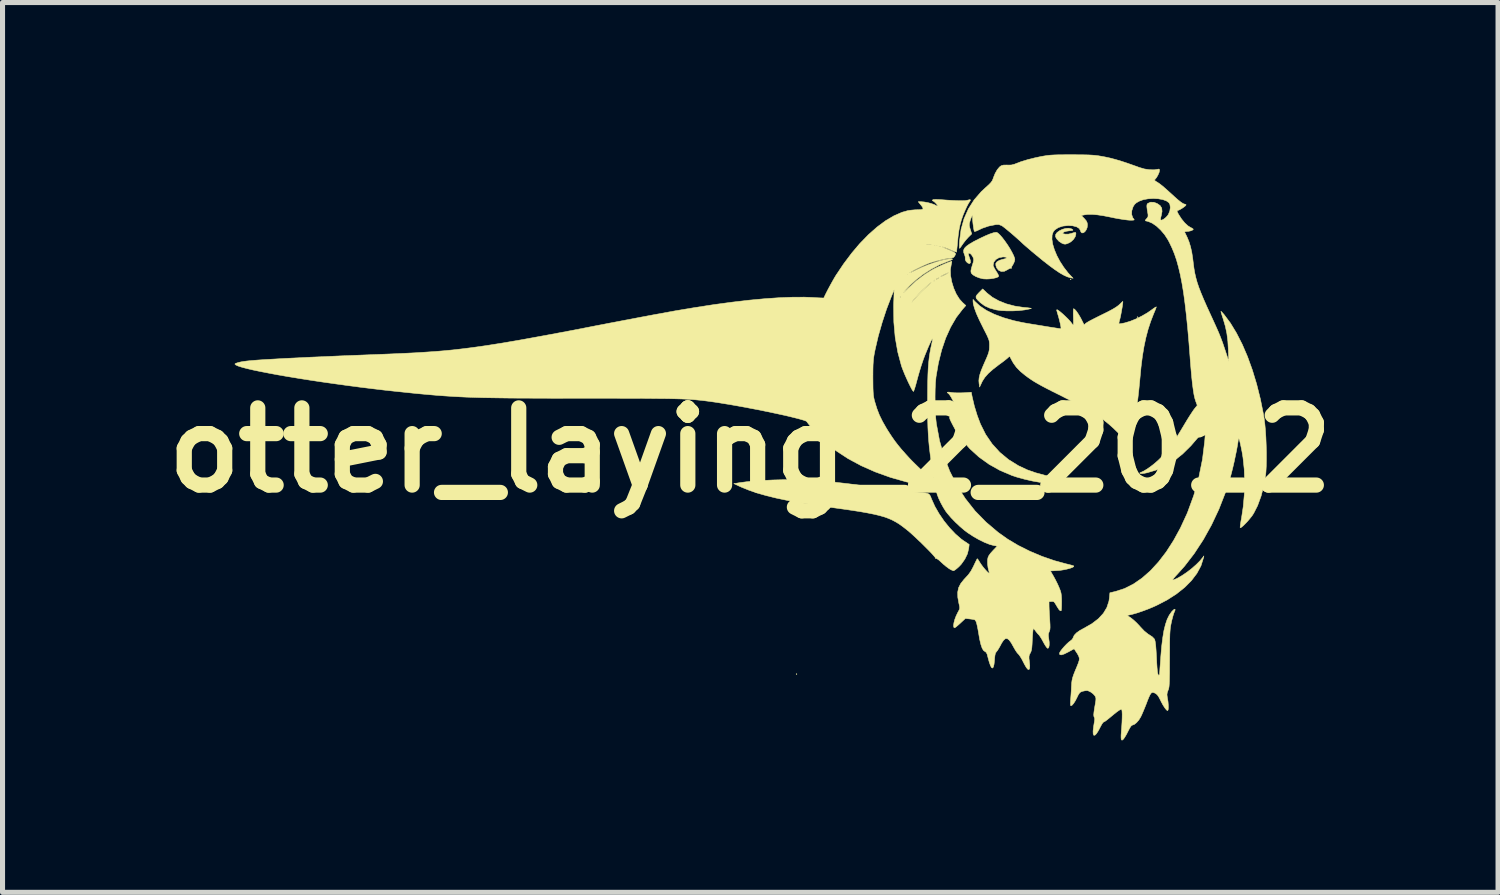
<source format=kicad_pcb>
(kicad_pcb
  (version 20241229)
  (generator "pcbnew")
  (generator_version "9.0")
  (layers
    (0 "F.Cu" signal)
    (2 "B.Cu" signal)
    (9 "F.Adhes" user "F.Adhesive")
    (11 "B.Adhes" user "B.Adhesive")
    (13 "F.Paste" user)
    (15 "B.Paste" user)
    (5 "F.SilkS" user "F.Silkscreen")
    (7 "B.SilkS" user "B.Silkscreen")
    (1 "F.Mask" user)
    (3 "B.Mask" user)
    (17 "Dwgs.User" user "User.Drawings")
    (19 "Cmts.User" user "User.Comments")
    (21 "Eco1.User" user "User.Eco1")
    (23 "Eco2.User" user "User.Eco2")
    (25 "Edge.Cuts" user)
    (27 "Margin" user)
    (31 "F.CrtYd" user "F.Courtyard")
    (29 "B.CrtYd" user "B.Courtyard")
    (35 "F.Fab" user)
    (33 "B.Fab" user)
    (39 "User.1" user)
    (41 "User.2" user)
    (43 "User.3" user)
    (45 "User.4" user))
  (footprint "otter_laying_2_2012"
    (layer "F.Cu")
    (at 11.764 5.838)
    (property "Reference" "otter_laying_2_2012" (at 0 0 0) (layer "F.SilkS") (effects (font (size 1.524 1.524) (thickness 0.3))))
    (attr through_hole)
    (fp_poly (pts (xy 0.921 4.421) (xy 0.913 4.429) (xy 0.905 4.421) (xy 0.913 4.413) (xy 0.921 4.421)) (stroke (width 0.01) (type solid)) (fill yes) (layer "F.SilkS"))
    (fp_poly (pts (xy 6.334 -3.373) (xy 6.326 -3.365) (xy 6.318 -3.373) (xy 6.326 -3.381) (xy 6.334 -3.373)) (stroke (width 0.01) (type solid)) (fill yes) (layer "F.SilkS"))
    (fp_poly (pts (xy 7.652 -2.627) (xy 7.644 -2.619) (xy 7.636 -2.627) (xy 7.644 -2.635) (xy 7.652 -2.627)) (stroke (width 0.01) (type solid)) (fill yes) (layer "F.SilkS"))
    (fp_poly (pts (xy 4.674 -3.102) (xy 4.779 -3.019) (xy 4.909 -2.947) (xy 5.058 -2.888) (xy 5.221 -2.845) (xy 5.392 -2.819) (xy 5.418 -2.817) (xy 5.479 -2.811) (xy 5.524 -2.805) (xy 5.548 -2.8) (xy 5.55 -2.798) (xy 5.531 -2.792) (xy 5.489 -2.783) (xy 5.432 -2.772) (xy 5.41 -2.768) (xy 5.304 -2.756) (xy 5.185 -2.75) (xy 5.063 -2.75) (xy 4.951 -2.756) (xy 4.857 -2.769) (xy 4.845 -2.772) (xy 4.726 -2.805) (xy 4.629 -2.849) (xy 4.547 -2.909) (xy 4.541 -2.914) (xy 4.49 -2.963) (xy 4.461 -2.999) (xy 4.456 -3.03) (xy 4.472 -3.063) (xy 4.51 -3.105) (xy 4.515 -3.11) (xy 4.588 -3.184) (xy 4.674 -3.102)) (stroke (width 0.01) (type solid)) (fill yes) (layer "F.SilkS"))
    (fp_poly (pts (xy 6.337 -4.371) (xy 6.358 -4.36) (xy 6.371 -4.348) (xy 6.366 -4.34) (xy 6.337 -4.335) (xy 6.296 -4.331) (xy 6.241 -4.322) (xy 6.197 -4.309) (xy 6.181 -4.299) (xy 6.169 -4.283) (xy 6.178 -4.273) (xy 6.214 -4.266) (xy 6.216 -4.265) (xy 6.279 -4.265) (xy 6.34 -4.279) (xy 6.389 -4.295) (xy 6.416 -4.3) (xy 6.427 -4.292) (xy 6.429 -4.27) (xy 6.429 -4.268) (xy 6.416 -4.216) (xy 6.381 -4.161) (xy 6.331 -4.115) (xy 6.296 -4.094) (xy 6.248 -4.074) (xy 6.216 -4.067) (xy 6.186 -4.072) (xy 6.152 -4.086) (xy 6.095 -4.123) (xy 6.049 -4.173) (xy 6.026 -4.216) (xy 6.029 -4.257) (xy 6.056 -4.296) (xy 6.103 -4.331) (xy 6.16 -4.359) (xy 6.223 -4.377) (xy 6.284 -4.382) (xy 6.337 -4.371)) (stroke (width 0.01) (type solid)) (fill yes) (layer "F.SilkS"))
    (fp_poly (pts (xy 3.941 -1.144) (xy 3.973 -1.139) (xy 4.027 -1.133) (xy 4.1 -1.131) (xy 4.179 -1.132) (xy 4.21 -1.133) (xy 4.363 -1.143) (xy 4.381 -1.052) (xy 4.424 -0.869) (xy 4.481 -0.683) (xy 4.544 -0.516) (xy 4.647 -0.31) (xy 4.775 -0.123) (xy 4.926 0.043) (xy 5.1 0.187) (xy 5.294 0.307) (xy 5.464 0.387) (xy 5.632 0.446) (xy 5.823 0.498) (xy 6.031 0.543) (xy 6.248 0.578) (xy 6.411 0.597) (xy 6.471 0.604) (xy 6.502 0.61) (xy 6.507 0.618) (xy 6.501 0.623) (xy 6.476 0.629) (xy 6.424 0.634) (xy 6.352 0.638) (xy 6.264 0.641) (xy 6.168 0.643) (xy 6.067 0.644) (xy 5.968 0.644) (xy 5.877 0.643) (xy 5.798 0.641) (xy 5.737 0.637) (xy 5.716 0.635) (xy 5.569 0.609) (xy 5.412 0.573) (xy 5.26 0.531) (xy 5.164 0.499) (xy 4.931 0.4) (xy 4.713 0.278) (xy 4.514 0.135) (xy 4.336 -0.027) (xy 4.18 -0.205) (xy 4.051 -0.398) (xy 4.006 -0.482) (xy 3.968 -0.556) (xy 3.944 -0.607) (xy 3.934 -0.639) (xy 3.938 -0.655) (xy 3.956 -0.661) (xy 3.988 -0.662) (xy 4.006 -0.662) (xy 4.063 -0.663) (xy 4.115 -0.668) (xy 4.132 -0.672) (xy 4.176 -0.684) (xy 4.132 -0.721) (xy 4.101 -0.758) (xy 4.071 -0.812) (xy 4.058 -0.844) (xy 4.031 -0.912) (xy 4 -0.981) (xy 3.968 -1.042) (xy 3.938 -1.089) (xy 3.916 -1.115) (xy 3.912 -1.118) (xy 3.892 -1.133) (xy 3.889 -1.14) (xy 3.904 -1.146) (xy 3.941 -1.144)) (stroke (width 0.01) (type solid)) (fill yes) (layer "F.SilkS"))
    (fp_poly (pts (xy 1.019 0.585) (xy 1.191 0.59) (xy 1.343 0.6) (xy 1.357 0.601) (xy 1.521 0.617) (xy 1.705 0.637) (xy 1.902 0.659) (xy 2.101 0.684) (xy 2.292 0.71) (xy 2.379 0.722) (xy 2.524 0.742) (xy 2.677 0.763) (xy 2.831 0.782) (xy 2.978 0.799) (xy 3.114 0.814) (xy 3.23 0.826) (xy 3.31 0.833) (xy 3.398 0.84) (xy 3.46 0.846) (xy 3.502 0.855) (xy 3.529 0.87) (xy 3.548 0.893) (xy 3.564 0.927) (xy 3.58 0.968) (xy 3.644 1.11) (xy 3.728 1.256) (xy 3.827 1.401) (xy 3.937 1.536) (xy 4.051 1.656) (xy 4.165 1.755) (xy 4.208 1.786) (xy 4.322 1.862) (xy 4.312 1.943) (xy 4.287 2.047) (xy 4.236 2.152) (xy 4.167 2.25) (xy 4.121 2.299) (xy 4.076 2.339) (xy 4.038 2.368) (xy 4.014 2.381) (xy 4.012 2.381) (xy 3.987 2.373) (xy 3.947 2.353) (xy 3.92 2.336) (xy 3.872 2.301) (xy 3.814 2.253) (xy 3.766 2.209) (xy 3.722 2.169) (xy 3.686 2.144) (xy 3.665 2.137) (xy 3.664 2.137) (xy 3.654 2.138) (xy 3.656 2.132) (xy 3.649 2.116) (xy 3.621 2.083) (xy 3.577 2.034) (xy 3.52 1.975) (xy 3.454 1.909) (xy 3.383 1.838) (xy 3.308 1.767) (xy 3.236 1.699) (xy 3.168 1.637) (xy 3.108 1.586) (xy 3.077 1.561) (xy 3.007 1.507) (xy 2.94 1.459) (xy 2.873 1.418) (xy 2.804 1.381) (xy 2.729 1.348) (xy 2.646 1.318) (xy 2.551 1.291) (xy 2.442 1.265) (xy 2.317 1.24) (xy 2.171 1.214) (xy 2.003 1.188) (xy 1.809 1.16) (xy 1.586 1.129) (xy 1.572 1.127) (xy 1.265 1.083) (xy 0.989 1.039) (xy 0.74 0.994) (xy 0.516 0.947) (xy 0.316 0.898) (xy 0.137 0.847) (xy -0.023 0.792) (xy -0.167 0.734) (xy -0.214 0.713) (xy -0.325 0.661) (xy -0.203 0.641) (xy -0.072 0.624) (xy 0.085 0.609) (xy 0.26 0.598) (xy 0.447 0.589) (xy 0.641 0.584) (xy 0.833 0.583) (xy 1.019 0.585)) (stroke (width 0.01) (type solid)) (fill yes) (layer "F.SilkS"))
    (fp_poly (pts (xy 4.886 -4.289) (xy 4.926 -4.252) (xy 4.974 -4.198) (xy 5.025 -4.131) (xy 5.077 -4.057) (xy 5.126 -3.98) (xy 5.168 -3.905) (xy 5.201 -3.839) (xy 5.22 -3.786) (xy 5.223 -3.762) (xy 5.214 -3.722) (xy 5.192 -3.674) (xy 5.185 -3.663) (xy 5.163 -3.626) (xy 5.155 -3.6) (xy 5.157 -3.594) (xy 5.157 -3.589) (xy 5.15 -3.593) (xy 5.127 -3.59) (xy 5.092 -3.572) (xy 5.079 -3.563) (xy 5.015 -3.531) (xy 4.954 -3.528) (xy 4.902 -3.552) (xy 4.864 -3.6) (xy 4.849 -3.646) (xy 4.847 -3.685) (xy 4.866 -3.714) (xy 4.88 -3.726) (xy 4.922 -3.749) (xy 4.976 -3.766) (xy 4.993 -3.77) (xy 5.042 -3.782) (xy 5.06 -3.797) (xy 5.048 -3.809) (xy 5.007 -3.815) (xy 4.987 -3.815) (xy 4.91 -3.8) (xy 4.849 -3.765) (xy 4.809 -3.714) (xy 4.794 -3.652) (xy 4.803 -3.624) (xy 4.825 -3.58) (xy 4.85 -3.54) (xy 4.879 -3.494) (xy 4.899 -3.456) (xy 4.905 -3.437) (xy 4.891 -3.42) (xy 4.852 -3.404) (xy 4.796 -3.391) (xy 4.732 -3.382) (xy 4.665 -3.379) (xy 4.605 -3.382) (xy 4.592 -3.384) (xy 4.519 -3.402) (xy 4.451 -3.429) (xy 4.397 -3.461) (xy 4.365 -3.493) (xy 4.365 -3.494) (xy 4.357 -3.518) (xy 4.357 -3.549) (xy 4.367 -3.595) (xy 4.382 -3.646) (xy 4.401 -3.706) (xy 4.409 -3.746) (xy 4.409 -3.774) (xy 4.401 -3.801) (xy 4.392 -3.819) (xy 4.365 -3.861) (xy 4.336 -3.886) (xy 4.311 -3.887) (xy 4.307 -3.884) (xy 4.307 -3.865) (xy 4.317 -3.828) (xy 4.324 -3.81) (xy 4.345 -3.746) (xy 4.348 -3.703) (xy 4.333 -3.684) (xy 4.326 -3.683) (xy 4.292 -3.696) (xy 4.261 -3.726) (xy 4.244 -3.763) (xy 4.244 -3.781) (xy 4.243 -3.817) (xy 4.23 -3.861) (xy 4.227 -3.866) (xy 4.212 -3.909) (xy 4.212 -3.949) (xy 4.23 -3.988) (xy 4.268 -4.027) (xy 4.329 -4.07) (xy 4.414 -4.12) (xy 4.52 -4.174) (xy 4.633 -4.228) (xy 4.728 -4.268) (xy 4.803 -4.293) (xy 4.855 -4.302) (xy 4.857 -4.302) (xy 4.886 -4.289)) (stroke (width 0.01) (type solid)) (fill yes) (layer "F.SilkS"))
    (fp_poly (pts (xy 4.434 -2.937) (xy 4.534 -2.845) (xy 4.663 -2.759) (xy 4.818 -2.683) (xy 4.999 -2.615) (xy 5.201 -2.557) (xy 5.358 -2.523) (xy 5.405 -2.514) (xy 5.473 -2.502) (xy 5.557 -2.488) (xy 5.65 -2.473) (xy 5.748 -2.457) (xy 5.845 -2.441) (xy 5.937 -2.426) (xy 6.017 -2.414) (xy 6.08 -2.404) (xy 6.121 -2.398) (xy 6.134 -2.397) (xy 6.135 -2.411) (xy 6.13 -2.449) (xy 6.119 -2.503) (xy 6.104 -2.566) (xy 6.087 -2.631) (xy 6.08 -2.654) (xy 6.064 -2.708) (xy 6.053 -2.749) (xy 6.048 -2.769) (xy 6.048 -2.769) (xy 6.059 -2.773) (xy 6.086 -2.757) (xy 6.126 -2.726) (xy 6.174 -2.685) (xy 6.225 -2.637) (xy 6.275 -2.588) (xy 6.319 -2.54) (xy 6.352 -2.498) (xy 6.356 -2.492) (xy 6.368 -2.476) (xy 6.376 -2.473) (xy 6.38 -2.487) (xy 6.381 -2.522) (xy 6.38 -2.582) (xy 6.379 -2.623) (xy 6.377 -2.693) (xy 6.378 -2.748) (xy 6.38 -2.784) (xy 6.383 -2.794) (xy 6.405 -2.781) (xy 6.437 -2.745) (xy 6.474 -2.692) (xy 6.512 -2.629) (xy 6.533 -2.59) (xy 6.591 -2.474) (xy 6.625 -2.505) (xy 6.65 -2.522) (xy 6.698 -2.55) (xy 6.765 -2.585) (xy 6.846 -2.626) (xy 6.934 -2.67) (xy 6.941 -2.673) (xy 7.06 -2.732) (xy 7.152 -2.781) (xy 7.22 -2.822) (xy 7.268 -2.857) (xy 7.286 -2.873) (xy 7.322 -2.908) (xy 7.347 -2.931) (xy 7.355 -2.937) (xy 7.356 -2.923) (xy 7.352 -2.884) (xy 7.344 -2.83) (xy 7.333 -2.766) (xy 7.321 -2.7) (xy 7.309 -2.639) (xy 7.298 -2.591) (xy 7.295 -2.58) (xy 7.283 -2.535) (xy 7.278 -2.503) (xy 7.279 -2.495) (xy 7.296 -2.495) (xy 7.336 -2.501) (xy 7.391 -2.512) (xy 7.398 -2.514) (xy 7.499 -2.544) (xy 7.613 -2.59) (xy 7.729 -2.647) (xy 7.838 -2.71) (xy 7.912 -2.761) (xy 7.96 -2.796) (xy 7.996 -2.82) (xy 8.015 -2.829) (xy 8.017 -2.829) (xy 8.011 -2.81) (xy 7.996 -2.769) (xy 7.973 -2.714) (xy 7.962 -2.688) (xy 7.904 -2.538) (xy 7.854 -2.385) (xy 7.811 -2.223) (xy 7.774 -2.048) (xy 7.742 -1.856) (xy 7.715 -1.641) (xy 7.692 -1.4) (xy 7.691 -1.389) (xy 7.672 -1.192) (xy 7.653 -1.022) (xy 7.631 -0.875) (xy 7.608 -0.747) (xy 7.588 -0.658) (xy 7.562 -0.565) (xy 7.531 -0.469) (xy 7.497 -0.378) (xy 7.464 -0.301) (xy 7.435 -0.245) (xy 7.435 -0.245) (xy 7.406 -0.198) (xy 7.239 -0.366) (xy 7.16 -0.442) (xy 7.079 -0.514) (xy 6.994 -0.582) (xy 6.901 -0.649) (xy 6.796 -0.717) (xy 6.677 -0.789) (xy 6.541 -0.865) (xy 6.383 -0.949) (xy 6.201 -1.042) (xy 6.096 -1.095) (xy 5.959 -1.163) (xy 5.846 -1.221) (xy 5.753 -1.27) (xy 5.676 -1.313) (xy 5.609 -1.352) (xy 5.55 -1.39) (xy 5.493 -1.429) (xy 5.434 -1.472) (xy 5.433 -1.473) (xy 5.333 -1.555) (xy 5.255 -1.635) (xy 5.193 -1.721) (xy 5.165 -1.771) (xy 5.12 -1.856) (xy 5.08 -1.819) (xy 5.05 -1.794) (xy 5.002 -1.756) (xy 4.944 -1.713) (xy 4.913 -1.691) (xy 4.794 -1.599) (xy 4.701 -1.517) (xy 4.632 -1.439) (xy 4.583 -1.363) (xy 4.572 -1.341) (xy 4.528 -1.246) (xy 4.517 -1.318) (xy 4.513 -1.371) (xy 4.518 -1.428) (xy 4.533 -1.494) (xy 4.56 -1.574) (xy 4.601 -1.673) (xy 4.631 -1.742) (xy 4.668 -1.825) (xy 4.693 -1.888) (xy 4.709 -1.936) (xy 4.718 -1.979) (xy 4.721 -2.022) (xy 4.722 -2.059) (xy 4.722 -2.102) (xy 4.719 -2.137) (xy 4.713 -2.171) (xy 4.699 -2.209) (xy 4.678 -2.258) (xy 4.646 -2.322) (xy 4.602 -2.408) (xy 4.594 -2.425) (xy 4.522 -2.57) (xy 4.465 -2.697) (xy 4.426 -2.803) (xy 4.403 -2.886) (xy 4.398 -2.935) (xy 4.398 -2.977) (xy 4.434 -2.937)) (stroke (width 0.01) (type solid)) (fill yes) (layer "F.SilkS"))
    (fp_poly (pts (xy 6.358 -5.833) (xy 6.49 -5.832) (xy 6.596 -5.831) (xy 6.681 -5.829) (xy 6.751 -5.825) (xy 6.812 -5.82) (xy 6.869 -5.813) (xy 6.927 -5.803) (xy 6.993 -5.791) (xy 6.995 -5.791) (xy 7.097 -5.769) (xy 7.201 -5.742) (xy 7.314 -5.709) (xy 7.442 -5.667) (xy 7.589 -5.615) (xy 7.683 -5.581) (xy 7.783 -5.552) (xy 7.884 -5.537) (xy 7.976 -5.535) (xy 8.037 -5.545) (xy 8.068 -5.55) (xy 8.079 -5.539) (xy 8.08 -5.524) (xy 8.072 -5.484) (xy 8.049 -5.432) (xy 8.021 -5.383) (xy 7.994 -5.35) (xy 7.982 -5.336) (xy 7.988 -5.322) (xy 8.016 -5.302) (xy 8.04 -5.288) (xy 8.079 -5.262) (xy 8.134 -5.219) (xy 8.197 -5.165) (xy 8.264 -5.105) (xy 8.275 -5.095) (xy 8.367 -5.011) (xy 8.439 -4.947) (xy 8.495 -4.902) (xy 8.536 -4.874) (xy 8.565 -4.86) (xy 8.578 -4.858) (xy 8.601 -4.85) (xy 8.604 -4.842) (xy 8.592 -4.825) (xy 8.56 -4.799) (xy 8.519 -4.771) (xy 8.477 -4.747) (xy 8.444 -4.733) (xy 8.434 -4.731) (xy 8.426 -4.721) (xy 8.438 -4.689) (xy 8.456 -4.655) (xy 8.515 -4.564) (xy 8.578 -4.487) (xy 8.641 -4.429) (xy 8.684 -4.402) (xy 8.722 -4.382) (xy 8.744 -4.366) (xy 8.747 -4.361) (xy 8.733 -4.346) (xy 8.699 -4.331) (xy 8.653 -4.321) (xy 8.618 -4.318) (xy 8.586 -4.315) (xy 8.576 -4.307) (xy 8.576 -4.306) (xy 8.625 -4.205) (xy 8.663 -4.112) (xy 8.692 -4.017) (xy 8.716 -3.912) (xy 8.735 -3.79) (xy 8.747 -3.691) (xy 8.76 -3.591) (xy 8.776 -3.497) (xy 8.797 -3.406) (xy 8.823 -3.312) (xy 8.857 -3.212) (xy 8.9 -3.101) (xy 8.953 -2.974) (xy 9.018 -2.827) (xy 9.084 -2.683) (xy 9.145 -2.55) (xy 9.195 -2.44) (xy 9.236 -2.348) (xy 9.27 -2.267) (xy 9.299 -2.192) (xy 9.327 -2.117) (xy 9.354 -2.037) (xy 9.385 -1.945) (xy 9.385 -1.945) (xy 9.447 -1.754) (xy 9.439 -1.976) (xy 9.429 -2.149) (xy 9.41 -2.301) (xy 9.38 -2.444) (xy 9.337 -2.59) (xy 9.335 -2.597) (xy 9.315 -2.658) (xy 9.3 -2.707) (xy 9.293 -2.736) (xy 9.292 -2.741) (xy 9.304 -2.733) (xy 9.329 -2.706) (xy 9.356 -2.675) (xy 9.481 -2.507) (xy 9.6 -2.311) (xy 9.713 -2.089) (xy 9.818 -1.845) (xy 9.913 -1.582) (xy 9.998 -1.302) (xy 10.071 -1.01) (xy 10.132 -0.707) (xy 10.146 -0.625) (xy 10.159 -0.52) (xy 10.171 -0.392) (xy 10.18 -0.25) (xy 10.186 -0.101) (xy 10.19 0.049) (xy 10.19 0.193) (xy 10.187 0.322) (xy 10.181 0.431) (xy 10.177 0.472) (xy 10.14 0.697) (xy 10.085 0.907) (xy 10.016 1.096) (xy 9.94 1.245) (xy 9.91 1.292) (xy 9.869 1.344) (xy 9.824 1.398) (xy 9.777 1.448) (xy 9.734 1.491) (xy 9.7 1.52) (xy 9.678 1.532) (xy 9.672 1.529) (xy 9.673 1.507) (xy 9.678 1.461) (xy 9.688 1.398) (xy 9.698 1.347) (xy 9.733 1.113) (xy 9.755 0.867) (xy 9.761 0.618) (xy 9.752 0.375) (xy 9.728 0.147) (xy 9.709 0.032) (xy 9.693 -0.047) (xy 9.678 -0.118) (xy 9.665 -0.174) (xy 9.656 -0.206) (xy 9.656 -0.206) (xy 9.647 -0.226) (xy 9.64 -0.223) (xy 9.634 -0.196) (xy 9.629 -0.159) (xy 9.617 -0.086) (xy 9.6 0.009) (xy 9.577 0.118) (xy 9.553 0.233) (xy 9.527 0.344) (xy 9.502 0.444) (xy 9.486 0.506) (xy 9.379 0.842) (xy 9.252 1.167) (xy 9.106 1.477) (xy 8.943 1.77) (xy 8.765 2.042) (xy 8.574 2.29) (xy 8.452 2.427) (xy 8.394 2.49) (xy 8.357 2.533) (xy 8.341 2.558) (xy 8.344 2.565) (xy 8.351 2.564) (xy 8.427 2.532) (xy 8.518 2.48) (xy 8.615 2.415) (xy 8.712 2.341) (xy 8.802 2.262) (xy 8.878 2.186) (xy 8.92 2.135) (xy 8.956 2.088) (xy 8.946 2.132) (xy 8.898 2.284) (xy 8.819 2.431) (xy 8.711 2.574) (xy 8.576 2.71) (xy 8.415 2.838) (xy 8.228 2.958) (xy 8.019 3.066) (xy 7.957 3.094) (xy 7.846 3.14) (xy 7.732 3.182) (xy 7.624 3.218) (xy 7.532 3.244) (xy 7.503 3.25) (xy 7.442 3.263) (xy 7.523 3.318) (xy 7.571 3.357) (xy 7.628 3.41) (xy 7.685 3.47) (xy 7.7 3.488) (xy 7.778 3.57) (xy 7.852 3.63) (xy 7.879 3.647) (xy 7.938 3.686) (xy 7.978 3.728) (xy 7.984 3.738) (xy 7.994 3.778) (xy 8.004 3.849) (xy 8.012 3.951) (xy 8.019 4.072) (xy 8.025 4.195) (xy 8.031 4.29) (xy 8.037 4.359) (xy 8.044 4.406) (xy 8.053 4.433) (xy 8.063 4.444) (xy 8.066 4.445) (xy 8.08 4.433) (xy 8.08 4.429) (xy 8.081 4.409) (xy 8.085 4.363) (xy 8.089 4.294) (xy 8.096 4.209) (xy 8.103 4.111) (xy 8.105 4.076) (xy 8.122 3.877) (xy 8.143 3.706) (xy 8.167 3.561) (xy 8.197 3.441) (xy 8.231 3.34) (xy 8.272 3.258) (xy 8.319 3.191) (xy 8.33 3.179) (xy 8.365 3.146) (xy 8.385 3.139) (xy 8.388 3.156) (xy 8.373 3.193) (xy 8.359 3.228) (xy 8.342 3.285) (xy 8.324 3.354) (xy 8.315 3.393) (xy 8.306 3.437) (xy 8.298 3.478) (xy 8.292 3.522) (xy 8.288 3.572) (xy 8.284 3.632) (xy 8.282 3.706) (xy 8.28 3.798) (xy 8.28 3.913) (xy 8.279 4.054) (xy 8.279 4.112) (xy 8.278 4.262) (xy 8.278 4.385) (xy 8.276 4.482) (xy 8.275 4.558) (xy 8.272 4.616) (xy 8.269 4.66) (xy 8.264 4.693) (xy 8.258 4.718) (xy 8.25 4.739) (xy 8.248 4.743) (xy 8.232 4.789) (xy 8.227 4.829) (xy 8.233 4.879) (xy 8.237 4.901) (xy 8.248 4.967) (xy 8.253 5.032) (xy 8.254 5.087) (xy 8.25 5.127) (xy 8.241 5.143) (xy 8.24 5.144) (xy 8.218 5.13) (xy 8.187 5.092) (xy 8.15 5.035) (xy 8.112 4.965) (xy 8.096 4.932) (xy 8.063 4.869) (xy 8.034 4.829) (xy 8.001 4.803) (xy 7.991 4.798) (xy 7.962 4.786) (xy 7.938 4.784) (xy 7.917 4.795) (xy 7.896 4.824) (xy 7.872 4.873) (xy 7.842 4.946) (xy 7.82 5.005) (xy 7.788 5.085) (xy 7.756 5.162) (xy 7.728 5.227) (xy 7.708 5.268) (xy 7.671 5.328) (xy 7.627 5.379) (xy 7.582 5.415) (xy 7.544 5.429) (xy 7.543 5.429) (xy 7.521 5.444) (xy 7.49 5.489) (xy 7.456 5.555) (xy 7.425 5.616) (xy 7.394 5.667) (xy 7.371 5.702) (xy 7.365 5.708) (xy 7.342 5.726) (xy 7.331 5.722) (xy 7.324 5.708) (xy 7.321 5.679) (xy 7.321 5.63) (xy 7.325 5.569) (xy 7.325 5.567) (xy 7.333 5.469) (xy 7.339 5.374) (xy 7.342 5.286) (xy 7.343 5.212) (xy 7.34 5.156) (xy 7.335 5.124) (xy 7.332 5.118) (xy 7.315 5.119) (xy 7.284 5.135) (xy 7.237 5.168) (xy 7.172 5.22) (xy 7.097 5.282) (xy 7.049 5.321) (xy 7.009 5.351) (xy 6.983 5.365) (xy 6.979 5.366) (xy 6.963 5.379) (xy 6.939 5.414) (xy 6.914 5.46) (xy 6.871 5.542) (xy 6.834 5.599) (xy 6.804 5.628) (xy 6.782 5.629) (xy 6.77 5.602) (xy 6.768 5.547) (xy 6.771 5.519) (xy 6.779 5.454) (xy 6.789 5.391) (xy 6.795 5.358) (xy 6.801 5.303) (xy 6.792 5.275) (xy 6.784 5.257) (xy 6.781 5.225) (xy 6.785 5.176) (xy 6.795 5.105) (xy 6.812 5.007) (xy 6.812 5.006) (xy 6.822 4.945) (xy 6.824 4.906) (xy 6.819 4.879) (xy 6.806 4.853) (xy 6.805 4.851) (xy 6.767 4.809) (xy 6.717 4.773) (xy 6.667 4.75) (xy 6.644 4.747) (xy 6.607 4.751) (xy 6.56 4.761) (xy 6.556 4.762) (xy 6.522 4.776) (xy 6.497 4.799) (xy 6.472 4.839) (xy 6.457 4.871) (xy 6.42 4.944) (xy 6.384 5.001) (xy 6.352 5.037) (xy 6.331 5.048) (xy 6.323 5.036) (xy 6.321 4.996) (xy 6.324 4.928) (xy 6.326 4.909) (xy 6.332 4.828) (xy 6.338 4.741) (xy 6.341 4.667) (xy 6.342 4.659) (xy 6.345 4.6) (xy 6.352 4.547) (xy 6.364 4.493) (xy 6.385 4.43) (xy 6.416 4.352) (xy 6.448 4.276) (xy 6.477 4.203) (xy 6.494 4.149) (xy 6.496 4.107) (xy 6.484 4.067) (xy 6.458 4.019) (xy 6.436 3.986) (xy 6.394 3.922) (xy 6.272 3.988) (xy 6.195 4.026) (xy 6.142 4.042) (xy 6.112 4.038) (xy 6.105 4.013) (xy 6.107 4.002) (xy 6.123 3.972) (xy 6.156 3.928) (xy 6.199 3.878) (xy 6.246 3.829) (xy 6.289 3.789) (xy 6.323 3.764) (xy 6.323 3.764) (xy 6.356 3.736) (xy 6.372 3.707) (xy 6.395 3.656) (xy 6.44 3.608) (xy 6.509 3.559) (xy 6.586 3.517) (xy 6.744 3.427) (xy 6.872 3.329) (xy 6.971 3.222) (xy 7.04 3.107) (xy 7.081 2.982) (xy 7.091 2.914) (xy 7.1 2.816) (xy 7.213 2.789) (xy 7.39 2.732) (xy 7.565 2.643) (xy 7.735 2.526) (xy 7.901 2.38) (xy 8.06 2.207) (xy 8.213 2.008) (xy 8.357 1.784) (xy 8.492 1.537) (xy 8.617 1.267) (xy 8.633 1.23) (xy 8.756 0.894) (xy 8.855 0.542) (xy 8.928 0.181) (xy 8.973 -0.183) (xy 8.98 -0.278) (xy 8.99 -0.437) (xy 8.862 -0.275) (xy 8.699 -0.086) (xy 8.537 0.074) (xy 8.372 0.206) (xy 8.202 0.31) (xy 8.025 0.389) (xy 7.839 0.445) (xy 7.772 0.459) (xy 7.727 0.464) (xy 7.697 0.461) (xy 7.688 0.453) (xy 7.703 0.441) (xy 7.719 0.436) (xy 7.768 0.413) (xy 7.833 0.374) (xy 7.906 0.323) (xy 7.98 0.265) (xy 8.049 0.205) (xy 8.066 0.189) (xy 8.13 0.125) (xy 8.189 0.061) (xy 8.244 -0.005) (xy 8.3 -0.079) (xy 8.359 -0.165) (xy 8.425 -0.266) (xy 8.5 -0.388) (xy 8.572 -0.508) (xy 8.623 -0.593) (xy 8.673 -0.673) (xy 8.718 -0.742) (xy 8.753 -0.794) (xy 8.772 -0.819) (xy 8.825 -0.885) (xy 8.796 -0.962) (xy 8.778 -1.019) (xy 8.761 -1.093) (xy 8.746 -1.187) (xy 8.73 -1.304) (xy 8.715 -1.446) (xy 8.7 -1.615) (xy 8.684 -1.813) (xy 8.684 -1.818) (xy 8.66 -2.131) (xy 8.635 -2.415) (xy 8.609 -2.671) (xy 8.582 -2.902) (xy 8.554 -3.11) (xy 8.523 -3.297) (xy 8.49 -3.465) (xy 8.454 -3.617) (xy 8.416 -3.754) (xy 8.373 -3.879) (xy 8.326 -3.993) (xy 8.275 -4.1) (xy 8.245 -4.156) (xy 8.18 -4.256) (xy 8.103 -4.346) (xy 8.021 -4.423) (xy 7.937 -4.481) (xy 7.858 -4.515) (xy 7.842 -4.519) (xy 7.806 -4.527) (xy 7.798 -4.539) (xy 7.816 -4.561) (xy 7.828 -4.574) (xy 7.851 -4.605) (xy 7.854 -4.642) (xy 7.851 -4.665) (xy 7.837 -4.747) (xy 7.83 -4.804) (xy 7.831 -4.841) (xy 7.839 -4.863) (xy 7.846 -4.87) (xy 7.901 -4.896) (xy 7.968 -4.894) (xy 8.033 -4.87) (xy 8.091 -4.83) (xy 8.123 -4.78) (xy 8.13 -4.715) (xy 8.116 -4.64) (xy 8.104 -4.592) (xy 8.1 -4.556) (xy 8.103 -4.545) (xy 8.125 -4.542) (xy 8.16 -4.559) (xy 8.199 -4.589) (xy 8.236 -4.627) (xy 8.255 -4.655) (xy 8.283 -4.723) (xy 8.293 -4.791) (xy 8.285 -4.851) (xy 8.266 -4.886) (xy 8.215 -4.922) (xy 8.142 -4.948) (xy 8.052 -4.964) (xy 7.954 -4.969) (xy 7.854 -4.963) (xy 7.761 -4.946) (xy 7.681 -4.917) (xy 7.624 -4.885) (xy 7.588 -4.853) (xy 7.56 -4.809) (xy 7.556 -4.8) (xy 7.532 -4.726) (xy 7.53 -4.654) (xy 7.55 -4.592) (xy 7.566 -4.571) (xy 7.579 -4.554) (xy 7.578 -4.545) (xy 7.556 -4.541) (xy 7.509 -4.54) (xy 7.496 -4.54) (xy 7.447 -4.544) (xy 7.375 -4.553) (xy 7.287 -4.567) (xy 7.192 -4.584) (xy 7.132 -4.597) (xy 6.98 -4.627) (xy 6.854 -4.646) (xy 6.75 -4.655) (xy 6.665 -4.655) (xy 6.598 -4.646) (xy 6.536 -4.633) (xy 6.596 -4.572) (xy 6.634 -4.527) (xy 6.652 -4.487) (xy 6.657 -4.447) (xy 6.651 -4.395) (xy 6.632 -4.349) (xy 6.606 -4.313) (xy 6.576 -4.292) (xy 6.548 -4.289) (xy 6.527 -4.309) (xy 6.52 -4.331) (xy 6.495 -4.377) (xy 6.442 -4.41) (xy 6.364 -4.43) (xy 6.277 -4.435) (xy 6.172 -4.424) (xy 6.082 -4.395) (xy 6.013 -4.349) (xy 5.982 -4.312) (xy 5.959 -4.247) (xy 5.956 -4.164) (xy 5.971 -4.066) (xy 6.004 -3.958) (xy 6.052 -3.843) (xy 6.114 -3.726) (xy 6.188 -3.612) (xy 6.272 -3.503) (xy 6.316 -3.455) (xy 6.374 -3.394) (xy 6.318 -3.405) (xy 6.258 -3.423) (xy 6.189 -3.455) (xy 6.108 -3.501) (xy 6.014 -3.564) (xy 5.905 -3.644) (xy 5.778 -3.743) (xy 5.632 -3.863) (xy 5.556 -3.926) (xy 5.496 -3.978) (xy 5.443 -4.023) (xy 5.402 -4.059) (xy 5.38 -4.079) (xy 5.38 -4.079) (xy 5.338 -4.119) (xy 5.281 -4.17) (xy 5.217 -4.227) (xy 5.15 -4.285) (xy 5.085 -4.339) (xy 5.029 -4.385) (xy 4.986 -4.418) (xy 4.964 -4.433) (xy 4.911 -4.453) (xy 4.848 -4.453) (xy 4.842 -4.452) (xy 4.707 -4.425) (xy 4.579 -4.381) (xy 4.512 -4.349) (xy 4.457 -4.324) (xy 4.427 -4.318) (xy 4.422 -4.323) (xy 4.413 -4.362) (xy 4.404 -4.418) (xy 4.396 -4.48) (xy 4.39 -4.54) (xy 4.388 -4.589) (xy 4.389 -4.618) (xy 4.39 -4.621) (xy 4.393 -4.633) (xy 4.384 -4.629) (xy 4.37 -4.609) (xy 4.353 -4.568) (xy 4.341 -4.532) (xy 4.327 -4.48) (xy 4.324 -4.44) (xy 4.332 -4.398) (xy 4.344 -4.358) (xy 4.372 -4.27) (xy 4.305 -4.204) (xy 4.257 -4.151) (xy 4.209 -4.089) (xy 4.19 -4.062) (xy 4.161 -4.02) (xy 4.14 -3.992) (xy 4.131 -3.985) (xy 4.129 -3.999) (xy 4.128 -4.039) (xy 4.13 -4.097) (xy 4.133 -4.139) (xy 4.162 -4.361) (xy 4.22 -4.569) (xy 4.306 -4.763) (xy 4.42 -4.942) (xy 4.562 -5.106) (xy 4.655 -5.192) (xy 4.713 -5.244) (xy 4.751 -5.284) (xy 4.777 -5.32) (xy 4.794 -5.36) (xy 4.801 -5.382) (xy 4.834 -5.463) (xy 4.875 -5.536) (xy 4.921 -5.591) (xy 4.954 -5.616) (xy 5.002 -5.629) (xy 5.071 -5.63) (xy 5.077 -5.629) (xy 5.153 -5.63) (xy 5.222 -5.648) (xy 5.236 -5.654) (xy 5.343 -5.695) (xy 5.473 -5.735) (xy 5.62 -5.772) (xy 5.747 -5.799) (xy 5.806 -5.809) (xy 5.862 -5.818) (xy 5.919 -5.824) (xy 5.983 -5.828) (xy 6.058 -5.831) (xy 6.152 -5.832) (xy 6.268 -5.833) (xy 6.358 -5.833)) (stroke (width 0.01) (type solid)) (fill yes) (layer "F.SilkS"))
    (fp_poly (pts (xy 3.743 -4.947) (xy 3.745 -4.947) (xy 3.897 -4.936) (xy 4.02 -4.929) (xy 4.117 -4.925) (xy 4.191 -4.925) (xy 4.244 -4.927) (xy 4.28 -4.933) (xy 4.288 -4.935) (xy 4.331 -4.946) (xy 4.348 -4.941) (xy 4.34 -4.92) (xy 4.338 -4.918) (xy 4.311 -4.878) (xy 4.279 -4.817) (xy 4.244 -4.743) (xy 4.211 -4.665) (xy 4.201 -4.64) (xy 4.166 -4.54) (xy 4.14 -4.444) (xy 4.12 -4.344) (xy 4.104 -4.228) (xy 4.094 -4.128) (xy 4.087 -4.049) (xy 4.08 -3.983) (xy 4.075 -3.935) (xy 4.073 -3.911) (xy 4.072 -3.91) (xy 4.058 -3.914) (xy 4.021 -3.928) (xy 3.969 -3.95) (xy 3.944 -3.961) (xy 3.884 -3.986) (xy 3.833 -4.005) (xy 3.8 -4.015) (xy 3.794 -4.016) (xy 3.796 -4.01) (xy 3.822 -3.996) (xy 3.868 -3.977) (xy 3.881 -3.971) (xy 3.941 -3.946) (xy 3.993 -3.923) (xy 4.026 -3.906) (xy 4.027 -3.905) (xy 4.05 -3.887) (xy 4.052 -3.867) (xy 4.039 -3.839) (xy 4.016 -3.808) (xy 3.984 -3.795) (xy 3.956 -3.794) (xy 3.908 -3.789) (xy 3.839 -3.776) (xy 3.757 -3.757) (xy 3.67 -3.735) (xy 3.587 -3.71) (xy 3.517 -3.687) (xy 3.509 -3.683) (xy 3.447 -3.657) (xy 3.377 -3.625) (xy 3.305 -3.59) (xy 3.239 -3.557) (xy 3.185 -3.527) (xy 3.151 -3.506) (xy 3.145 -3.501) (xy 3.149 -3.499) (xy 3.176 -3.509) (xy 3.222 -3.531) (xy 3.272 -3.556) (xy 3.386 -3.61) (xy 3.507 -3.66) (xy 3.63 -3.703) (xy 3.747 -3.739) (xy 3.851 -3.764) (xy 3.938 -3.777) (xy 3.965 -3.778) (xy 3.992 -3.775) (xy 3.988 -3.764) (xy 3.954 -3.747) (xy 3.89 -3.724) (xy 3.889 -3.723) (xy 3.737 -3.661) (xy 3.578 -3.577) (xy 3.421 -3.477) (xy 3.275 -3.366) (xy 3.149 -3.251) (xy 3.127 -3.228) (xy 3.07 -3.167) (xy 3.034 -3.125) (xy 3.018 -3.105) (xy 3.023 -3.106) (xy 3.049 -3.129) (xy 3.096 -3.174) (xy 3.113 -3.192) (xy 3.269 -3.335) (xy 3.623 -3.335) (xy 3.626 -3.334) (xy 3.64 -3.345) (xy 3.643 -3.35) (xy 3.647 -3.364) (xy 3.645 -3.365) (xy 3.631 -3.354) (xy 3.627 -3.35) (xy 3.623 -3.335) (xy 3.269 -3.335) (xy 3.281 -3.346) (xy 3.316 -3.372) (xy 3.667 -3.372) (xy 3.679 -3.372) (xy 3.699 -3.381) (xy 3.724 -3.398) (xy 3.731 -3.406) (xy 3.719 -3.406) (xy 3.699 -3.397) (xy 3.674 -3.381) (xy 3.667 -3.372) (xy 3.316 -3.372) (xy 3.38 -3.421) (xy 3.747 -3.421) (xy 3.759 -3.423) (xy 3.793 -3.437) (xy 3.833 -3.456) (xy 3.878 -3.479) (xy 3.907 -3.497) (xy 3.914 -3.505) (xy 3.898 -3.501) (xy 3.865 -3.487) (xy 3.823 -3.467) (xy 3.783 -3.446) (xy 3.754 -3.429) (xy 3.747 -3.421) (xy 3.38 -3.421) (xy 3.451 -3.474) (xy 3.58 -3.555) (xy 3.635 -3.585) (xy 3.701 -3.617) (xy 3.771 -3.649) (xy 3.839 -3.679) (xy 3.9 -3.704) (xy 3.947 -3.721) (xy 3.974 -3.728) (xy 3.978 -3.727) (xy 3.978 -3.709) (xy 3.97 -3.673) (xy 3.968 -3.666) (xy 3.951 -3.564) (xy 3.955 -3.446) (xy 3.978 -3.322) (xy 4.016 -3.198) (xy 4.067 -3.082) (xy 4.13 -2.982) (xy 4.191 -2.915) (xy 4.256 -2.856) (xy 4.192 -2.783) (xy 4.066 -2.619) (xy 3.955 -2.428) (xy 3.858 -2.213) (xy 3.778 -1.977) (xy 3.714 -1.72) (xy 3.667 -1.447) (xy 3.666 -1.437) (xy 3.656 -1.332) (xy 3.65 -1.205) (xy 3.648 -1.064) (xy 3.649 -0.916) (xy 3.653 -0.773) (xy 3.661 -0.64) (xy 3.673 -0.528) (xy 3.675 -0.516) (xy 3.736 -0.189) (xy 3.824 0.122) (xy 3.939 0.418) (xy 4.079 0.696) (xy 4.246 0.957) (xy 4.437 1.199) (xy 4.654 1.421) (xy 4.894 1.624) (xy 5.08 1.756) (xy 5.288 1.88) (xy 5.518 1.995) (xy 5.76 2.097) (xy 6.006 2.182) (xy 6.244 2.247) (xy 6.247 2.247) (xy 6.307 2.262) (xy 6.356 2.275) (xy 6.384 2.285) (xy 6.387 2.287) (xy 6.386 2.3) (xy 6.358 2.316) (xy 6.312 2.333) (xy 6.251 2.349) (xy 6.183 2.363) (xy 6.113 2.374) (xy 6.07 2.377) (xy 5.926 2.385) (xy 5.987 2.49) (xy 6.026 2.562) (xy 6.067 2.644) (xy 6.097 2.712) (xy 6.12 2.77) (xy 6.135 2.82) (xy 6.142 2.871) (xy 6.146 2.935) (xy 6.147 2.995) (xy 6.146 3.064) (xy 6.144 3.121) (xy 6.141 3.158) (xy 6.139 3.169) (xy 6.121 3.172) (xy 6.096 3.149) (xy 6.063 3.099) (xy 6.046 3.07) (xy 6.017 3.022) (xy 5.996 2.996) (xy 5.974 2.987) (xy 5.947 2.988) (xy 5.898 2.992) (xy 5.899 3.088) (xy 5.901 3.145) (xy 5.905 3.222) (xy 5.91 3.306) (xy 5.913 3.359) (xy 5.918 3.442) (xy 5.919 3.501) (xy 5.916 3.542) (xy 5.907 3.572) (xy 5.902 3.584) (xy 5.887 3.624) (xy 5.886 3.671) (xy 5.892 3.714) (xy 5.902 3.789) (xy 5.902 3.851) (xy 5.894 3.894) (xy 5.877 3.913) (xy 5.874 3.913) (xy 5.856 3.9) (xy 5.829 3.864) (xy 5.798 3.811) (xy 5.787 3.791) (xy 5.755 3.732) (xy 5.725 3.684) (xy 5.703 3.653) (xy 5.698 3.648) (xy 5.672 3.621) (xy 5.642 3.583) (xy 5.637 3.576) (xy 5.612 3.543) (xy 5.592 3.525) (xy 5.589 3.524) (xy 5.584 3.539) (xy 5.579 3.58) (xy 5.574 3.641) (xy 5.569 3.716) (xy 5.568 3.738) (xy 5.564 3.829) (xy 5.559 3.896) (xy 5.552 3.943) (xy 5.542 3.978) (xy 5.528 4.007) (xy 5.51 4.041) (xy 5.503 4.073) (xy 5.503 4.115) (xy 5.51 4.169) (xy 5.518 4.253) (xy 5.515 4.308) (xy 5.502 4.333) (xy 5.48 4.327) (xy 5.45 4.292) (xy 5.412 4.226) (xy 5.397 4.196) (xy 5.365 4.133) (xy 5.332 4.078) (xy 5.305 4.04) (xy 5.296 4.03) (xy 5.27 4.002) (xy 5.238 3.956) (xy 5.205 3.899) (xy 5.202 3.894) (xy 5.153 3.806) (xy 5.111 3.749) (xy 5.073 3.72) (xy 5.038 3.721) (xy 5.002 3.751) (xy 4.963 3.809) (xy 4.937 3.859) (xy 4.907 3.912) (xy 4.879 3.957) (xy 4.86 3.98) (xy 4.843 4.004) (xy 4.832 4.043) (xy 4.824 4.105) (xy 4.822 4.141) (xy 4.813 4.226) (xy 4.8 4.28) (xy 4.784 4.302) (xy 4.764 4.294) (xy 4.742 4.254) (xy 4.717 4.182) (xy 4.716 4.178) (xy 4.699 4.118) (xy 4.685 4.063) (xy 4.676 4.029) (xy 4.658 3.993) (xy 4.634 3.976) (xy 4.604 3.954) (xy 4.577 3.908) (xy 4.552 3.834) (xy 4.528 3.732) (xy 4.509 3.62) (xy 4.495 3.539) (xy 4.481 3.469) (xy 4.468 3.415) (xy 4.458 3.385) (xy 4.457 3.382) (xy 4.439 3.358) (xy 4.433 3.35) (xy 4.416 3.345) (xy 4.377 3.338) (xy 4.337 3.333) (xy 4.247 3.323) (xy 4.147 3.416) (xy 4.1 3.458) (xy 4.062 3.49) (xy 4.037 3.507) (xy 4.033 3.508) (xy 4.017 3.495) (xy 4.013 3.459) (xy 4.021 3.406) (xy 4.038 3.342) (xy 4.064 3.273) (xy 4.097 3.205) (xy 4.103 3.194) (xy 4.124 3.155) (xy 4.134 3.125) (xy 4.133 3.092) (xy 4.123 3.043) (xy 4.119 3.027) (xy 4.097 2.906) (xy 4.095 2.804) (xy 4.113 2.716) (xy 4.155 2.634) (xy 4.22 2.552) (xy 4.239 2.532) (xy 4.306 2.459) (xy 4.356 2.389) (xy 4.4 2.307) (xy 4.412 2.282) (xy 4.44 2.223) (xy 4.463 2.176) (xy 4.478 2.148) (xy 4.482 2.143) (xy 4.494 2.156) (xy 4.515 2.188) (xy 4.533 2.218) (xy 4.563 2.263) (xy 4.601 2.314) (xy 4.642 2.362) (xy 4.678 2.401) (xy 4.706 2.425) (xy 4.715 2.429) (xy 4.718 2.416) (xy 4.71 2.383) (xy 4.706 2.369) (xy 4.694 2.32) (xy 4.686 2.255) (xy 4.684 2.213) (xy 4.685 2.16) (xy 4.694 2.118) (xy 4.712 2.079) (xy 4.745 2.034) (xy 4.796 1.978) (xy 4.814 1.959) (xy 4.876 1.894) (xy 4.809 1.883) (xy 4.726 1.861) (xy 4.627 1.822) (xy 4.518 1.769) (xy 4.406 1.705) (xy 4.297 1.634) (xy 4.231 1.585) (xy 4.143 1.51) (xy 4.051 1.424) (xy 3.965 1.335) (xy 3.893 1.251) (xy 3.863 1.212) (xy 3.812 1.132) (xy 3.763 1.043) (xy 3.72 0.953) (xy 3.689 0.871) (xy 3.674 0.812) (xy 3.662 0.765) (xy 3.642 0.743) (xy 3.629 0.739) (xy 3.601 0.733) (xy 3.549 0.723) (xy 3.481 0.711) (xy 3.413 0.698) (xy 3.082 0.627) (xy 2.766 0.537) (xy 2.468 0.43) (xy 2.188 0.306) (xy 1.93 0.167) (xy 1.695 0.013) (xy 1.485 -0.155) (xy 1.302 -0.335) (xy 1.249 -0.396) (xy 1.2 -0.455) (xy 1.158 -0.506) (xy 1.128 -0.545) (xy 1.115 -0.564) (xy 1.094 -0.577) (xy 1.045 -0.594) (xy 0.971 -0.615) (xy 0.875 -0.64) (xy 0.761 -0.668) (xy 0.63 -0.698) (xy 0.486 -0.729) (xy 0.333 -0.761) (xy 0.174 -0.794) (xy 0.011 -0.825) (xy -0.153 -0.856) (xy -0.314 -0.885) (xy -0.469 -0.911) (xy -0.615 -0.935) (xy -0.679 -0.945) (xy -0.757 -0.956) (xy -0.829 -0.966) (xy -0.899 -0.975) (xy -0.967 -0.983) (xy -1.036 -0.99) (xy -1.108 -0.997) (xy -1.184 -1.002) (xy -1.268 -1.007) (xy -1.361 -1.011) (xy -1.464 -1.014) (xy -1.58 -1.017) (xy -1.712 -1.019) (xy -1.86 -1.02) (xy -2.027 -1.022) (xy -2.215 -1.023) (xy -2.426 -1.023) (xy -2.662 -1.024) (xy -2.925 -1.024) (xy -3.217 -1.024) (xy -3.334 -1.024) (xy -3.664 -1.024) (xy -3.965 -1.025) (xy -4.239 -1.026) (xy -4.488 -1.027) (xy -4.716 -1.028) (xy -4.924 -1.031) (xy -5.114 -1.034) (xy -5.29 -1.037) (xy -5.454 -1.042) (xy -5.607 -1.047) (xy -5.753 -1.054) (xy -5.894 -1.062) (xy -6.032 -1.071) (xy -6.17 -1.081) (xy -6.311 -1.093) (xy -6.455 -1.106) (xy -6.607 -1.12) (xy -6.769 -1.137) (xy -6.942 -1.155) (xy -6.972 -1.158) (xy -7.221 -1.185) (xy -7.472 -1.215) (xy -7.724 -1.246) (xy -7.973 -1.279) (xy -8.219 -1.313) (xy -8.459 -1.347) (xy -8.692 -1.382) (xy -8.915 -1.417) (xy -8.984 -1.429) (xy 2.421 -1.429) (xy 2.422 -1.311) (xy 2.423 -1.22) (xy 2.426 -1.149) (xy 2.43 -1.092) (xy 2.437 -1.044) (xy 2.446 -1) (xy 2.457 -0.959) (xy 2.499 -0.822) (xy 2.548 -0.695) (xy 2.61 -0.568) (xy 2.687 -0.433) (xy 2.728 -0.367) (xy 2.79 -0.272) (xy 2.849 -0.187) (xy 2.911 -0.106) (xy 2.98 -0.022) (xy 3.063 0.072) (xy 3.141 0.158) (xy 3.188 0.207) (xy 3.246 0.265) (xy 3.311 0.328) (xy 3.378 0.393) (xy 3.445 0.456) (xy 3.506 0.513) (xy 3.56 0.561) (xy 3.6 0.595) (xy 3.624 0.613) (xy 3.629 0.615) (xy 3.627 0.599) (xy 3.621 0.557) (xy 3.612 0.495) (xy 3.601 0.418) (xy 3.595 0.378) (xy 3.57 0.22) (xy 3.551 0.078) (xy 3.535 -0.054) (xy 3.523 -0.182) (xy 3.514 -0.311) (xy 3.507 -0.447) (xy 3.503 -0.597) (xy 3.501 -0.767) (xy 3.5 -0.962) (xy 3.5 -0.976) (xy 3.501 -1.174) (xy 3.503 -1.344) (xy 3.507 -1.49) (xy 3.513 -1.618) (xy 3.522 -1.731) (xy 3.533 -1.833) (xy 3.548 -1.929) (xy 3.565 -2.022) (xy 3.581 -2.094) (xy 3.592 -2.146) (xy 3.598 -2.185) (xy 3.598 -2.201) (xy 3.589 -2.192) (xy 3.57 -2.158) (xy 3.545 -2.104) (xy 3.515 -2.037) (xy 3.483 -1.96) (xy 3.45 -1.88) (xy 3.42 -1.802) (xy 3.401 -1.746) (xy 3.37 -1.653) (xy 3.337 -1.544) (xy 3.306 -1.435) (xy 3.286 -1.361) (xy 3.266 -1.286) (xy 3.247 -1.224) (xy 3.232 -1.18) (xy 3.223 -1.16) (xy 3.221 -1.159) (xy 3.208 -1.173) (xy 3.185 -1.21) (xy 3.156 -1.267) (xy 3.122 -1.336) (xy 3.086 -1.414) (xy 3.051 -1.493) (xy 3.02 -1.569) (xy 2.994 -1.637) (xy 2.984 -1.666) (xy 2.912 -1.936) (xy 2.861 -2.225) (xy 2.834 -2.53) (xy 2.83 -2.847) (xy 2.831 -2.889) (xy 2.832 -2.917) (xy 3.187 -2.917) (xy 3.196 -2.925) (xy 3.223 -2.956) (xy 3.24 -2.977) (xy 3.291 -3.034) (xy 3.348 -3.095) (xy 3.381 -3.128) (xy 3.435 -3.18) (xy 3.497 -3.237) (xy 3.532 -3.268) (xy 3.564 -3.297) (xy 3.575 -3.31) (xy 3.564 -3.305) (xy 3.559 -3.302) (xy 3.515 -3.268) (xy 3.458 -3.216) (xy 3.393 -3.154) (xy 3.329 -3.089) (xy 3.272 -3.027) (xy 3.229 -2.974) (xy 3.224 -2.969) (xy 3.197 -2.932) (xy 3.187 -2.917) (xy 2.832 -2.917) (xy 2.836 -3.024) (xy 2.953 -3.024) (xy 2.961 -3.016) (xy 2.969 -3.024) (xy 2.961 -3.032) (xy 2.953 -3.024) (xy 2.836 -3.024) (xy 2.84 -3.167) (xy 2.785 -3.032) (xy 2.691 -2.787) (xy 2.604 -2.523) (xy 2.527 -2.254) (xy 2.466 -1.992) (xy 2.458 -1.953) (xy 2.445 -1.885) (xy 2.435 -1.822) (xy 2.429 -1.758) (xy 2.424 -1.685) (xy 2.422 -1.598) (xy 2.421 -1.489) (xy 2.421 -1.429) (xy -8.984 -1.429) (xy -9.126 -1.452) (xy -9.323 -1.486) (xy -9.505 -1.52) (xy -9.67 -1.552) (xy -9.814 -1.582) (xy -9.938 -1.611) (xy -10.037 -1.637) (xy -10.112 -1.661) (xy -10.158 -1.682) (xy -10.176 -1.7) (xy -10.176 -1.701) (xy -10.161 -1.713) (xy -10.12 -1.727) (xy -10.06 -1.742) (xy -10.001 -1.752) (xy -9.94 -1.76) (xy -9.848 -1.769) (xy -9.726 -1.779) (xy -9.574 -1.789) (xy -9.394 -1.799) (xy -9.186 -1.811) (xy -8.951 -1.822) (xy -8.691 -1.835) (xy -8.405 -1.847) (xy -8.094 -1.861) (xy -7.76 -1.874) (xy -7.402 -1.888) (xy -7.374 -1.889) (xy -7.097 -1.9) (xy -6.848 -1.911) (xy -6.622 -1.922) (xy -6.416 -1.935) (xy -6.223 -1.948) (xy -6.042 -1.963) (xy -5.866 -1.98) (xy -5.692 -2) (xy -5.516 -2.022) (xy -5.333 -2.047) (xy -5.14 -2.076) (xy -4.931 -2.109) (xy -4.874 -2.118) (xy -4.741 -2.141) (xy -4.582 -2.168) (xy -4.399 -2.201) (xy -4.196 -2.238) (xy -3.978 -2.278) (xy -3.748 -2.321) (xy -3.509 -2.366) (xy -3.267 -2.413) (xy -3.064 -2.453) (xy -2.98 -2.469) (xy -2.895 -2.485) (xy -2.806 -2.503) (xy -2.708 -2.521) (xy -2.599 -2.542) (xy -2.474 -2.566) (xy -2.33 -2.593) (xy -2.164 -2.625) (xy -1.971 -2.661) (xy -1.897 -2.675) (xy -1.486 -2.75) (xy -1.092 -2.816) (xy -0.716 -2.874) (xy -0.36 -2.922) (xy -0.026 -2.961) (xy 0.285 -2.99) (xy 0.572 -3.01) (xy 0.833 -3.02) (xy 1.066 -3.021) (xy 1.202 -3.016) (xy 1.287 -3.011) (xy 1.359 -3.007) (xy 1.414 -3.005) (xy 1.446 -3.004) (xy 1.452 -3.005) (xy 1.469 -3.043) (xy 1.498 -3.102) (xy 1.535 -3.174) (xy 1.577 -3.252) (xy 1.62 -3.33) (xy 1.66 -3.4) (xy 1.687 -3.445) (xy 1.703 -3.469) (xy 3.096 -3.469) (xy 3.104 -3.461) (xy 3.111 -3.469) (xy 3.104 -3.477) (xy 3.096 -3.469) (xy 1.703 -3.469) (xy 1.842 -3.677) (xy 2.003 -3.891) (xy 2.112 -4.02) (xy 3.722 -4.02) (xy 3.737 -4.018) (xy 3.758 -4.021) (xy 3.758 -4.026) (xy 3.737 -4.03) (xy 3.728 -4.027) (xy 3.722 -4.02) (xy 2.112 -4.02) (xy 2.128 -4.038) (xy 3.633 -4.038) (xy 3.654 -4.035) (xy 3.659 -4.035) (xy 3.686 -4.037) (xy 3.689 -4.042) (xy 3.687 -4.043) (xy 3.656 -4.046) (xy 3.64 -4.043) (xy 3.633 -4.038) (xy 2.128 -4.038) (xy 2.143 -4.056) (xy 3.471 -4.056) (xy 3.489 -4.054) (xy 3.524 -4.053) (xy 3.563 -4.054) (xy 3.578 -4.056) (xy 3.568 -4.059) (xy 3.517 -4.062) (xy 3.481 -4.059) (xy 3.471 -4.056) (xy 2.143 -4.056) (xy 2.168 -4.085) (xy 2.335 -4.257) (xy 2.504 -4.406) (xy 2.671 -4.53) (xy 2.836 -4.627) (xy 2.996 -4.697) (xy 3.109 -4.729) (xy 3.171 -4.738) (xy 3.246 -4.745) (xy 3.303 -4.747) (xy 3.367 -4.749) (xy 3.403 -4.757) (xy 3.411 -4.776) (xy 3.394 -4.808) (xy 3.364 -4.846) (xy 3.316 -4.905) (xy 3.377 -4.905) (xy 3.436 -4.9) (xy 3.507 -4.887) (xy 3.577 -4.868) (xy 3.636 -4.847) (xy 3.663 -4.833) (xy 3.689 -4.82) (xy 3.699 -4.823) (xy 3.688 -4.846) (xy 3.662 -4.876) (xy 3.632 -4.905) (xy 3.607 -4.921) (xy 3.603 -4.921) (xy 3.594 -4.931) (xy 3.597 -4.939) (xy 3.617 -4.948) (xy 3.666 -4.95) (xy 3.743 -4.947)) (stroke (width 0.01) (type solid)) (fill yes) (layer "F.SilkS")))
  (gr_rect
    (start -3 -3)
    (end 26.528 14.569)
    (stroke (width 0.1) (type default))
    (fill no)
    (layer "Edge.Cuts")))
</source>
